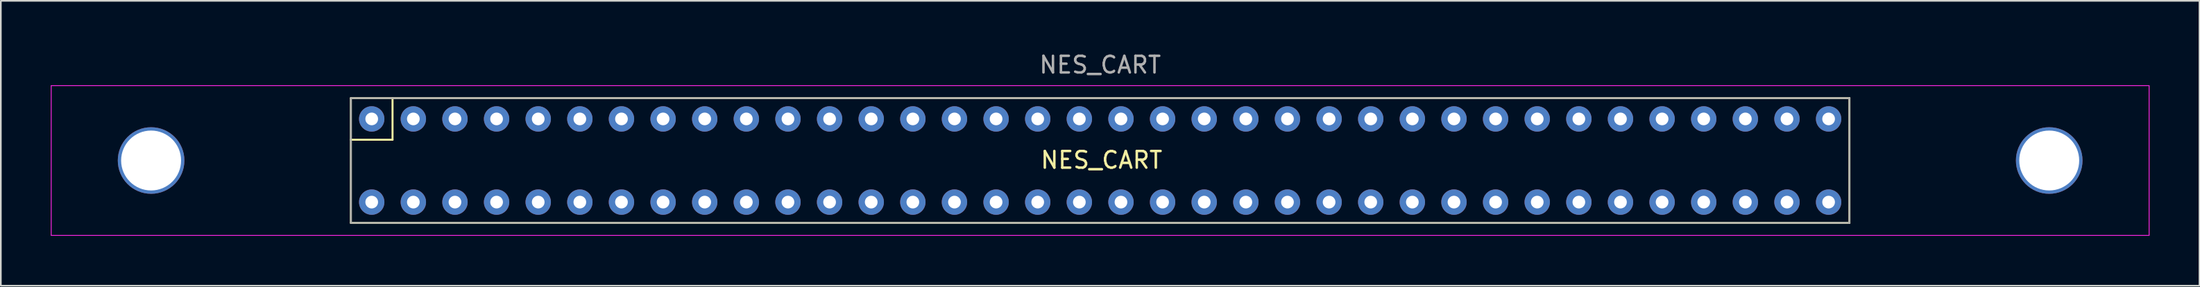
<source format=kicad_pcb>
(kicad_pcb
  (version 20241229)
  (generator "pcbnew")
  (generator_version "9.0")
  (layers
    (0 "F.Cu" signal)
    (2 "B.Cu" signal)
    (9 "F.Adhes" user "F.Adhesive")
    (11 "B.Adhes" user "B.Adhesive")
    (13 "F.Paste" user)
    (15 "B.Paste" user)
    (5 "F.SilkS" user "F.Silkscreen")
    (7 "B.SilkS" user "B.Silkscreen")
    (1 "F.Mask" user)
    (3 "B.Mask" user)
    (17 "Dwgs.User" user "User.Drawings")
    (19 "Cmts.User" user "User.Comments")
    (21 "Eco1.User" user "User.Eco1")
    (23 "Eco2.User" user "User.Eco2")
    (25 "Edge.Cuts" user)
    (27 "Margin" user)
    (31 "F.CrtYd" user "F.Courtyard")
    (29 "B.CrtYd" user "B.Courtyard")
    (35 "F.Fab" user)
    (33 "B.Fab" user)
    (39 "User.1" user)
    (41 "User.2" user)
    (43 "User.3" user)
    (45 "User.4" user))
  (footprint "NES_CART"
    (layer "F.Cu")
    (at 63.025 6.598)
    (property "Reference" "NES_CART" (at 0.081 -0.028 180) (layer "F.SilkS") (effects (font (size 1 1) (thickness 0.15))))
    (attr through_hole)
    (fp_line (start -45 -3.75) (end 45 -3.75) (stroke (width 0.12) (type solid)) (layer "F.SilkS"))
    (fp_line (start -45 3.75) (end -45 -3.75) (stroke (width 0.12) (type solid)) (layer "F.SilkS"))
    (fp_line (start -45 3.75) (end 45 3.75) (stroke (width 0.12) (type solid)) (layer "F.SilkS"))
    (fp_line (start -42.5 -1.25) (end -45 -1.25) (stroke (width 0.12) (type solid)) (layer "F.SilkS"))
    (fp_line (start -42.5 -1.25) (end -42.5 -3.75) (stroke (width 0.12) (type solid)) (layer "F.SilkS"))
    (fp_line (start 45 3.75) (end 45 -3.75) (stroke (width 0.12) (type solid)) (layer "F.SilkS"))
    (fp_line (start -63 -4.5) (end -63 4.5) (stroke (width 0.05) (type solid)) (layer "F.CrtYd"))
    (fp_line (start -63 4.5) (end 63 4.5) (stroke (width 0.05) (type solid)) (layer "F.CrtYd"))
    (fp_line (start 63 -4.5) (end -63 -4.5) (stroke (width 0.05) (type solid)) (layer "F.CrtYd"))
    (fp_line (start 63 4.5) (end 63 -4.5) (stroke (width 0.05) (type solid)) (layer "F.CrtYd"))
    (fp_line (start -45 -3.75) (end 45 -3.75) (stroke (width 0.1) (type solid)) (layer "F.Fab"))
    (fp_line (start -45 3.75) (end -45 -3.75) (stroke (width 0.1) (type solid)) (layer "F.Fab"))
    (fp_line (start -45 3.75) (end 45 3.75) (stroke (width 0.1) (type solid)) (layer "F.Fab"))
    (fp_line (start 45 3.75) (end 45 -3.75) (stroke (width 0.1) (type solid)) (layer "F.Fab"))
    (fp_text user "${REFERENCE}" (at 0 -5.75 180) (layer "F.Fab") (effects (font (size 1 1) (thickness 0.15))))
    (pad "" thru_hole circle (at -57 0) (size 4 4) (drill 3.6) (layers "*.Cu" "*.Mask"))
    (pad "" thru_hole circle (at 57 0) (size 4 4) (drill 3.6) (layers "*.Cu" "*.Mask"))
    (pad "1" thru_hole circle (at -43.75 -2.5) (size 1.524 1.524) (drill 0.762) (layers "*.Cu" "*.Mask"))
    (pad "2" thru_hole circle (at -41.25 -2.5) (size 1.524 1.524) (drill 0.762) (layers "*.Cu" "*.Mask"))
    (pad "3" thru_hole circle (at -38.75 -2.5) (size 1.524 1.524) (drill 0.762) (layers "*.Cu" "*.Mask"))
    (pad "4" thru_hole circle (at -36.25 -2.5) (size 1.524 1.524) (drill 0.762) (layers "*.Cu" "*.Mask"))
    (pad "5" thru_hole circle (at -33.75 -2.5) (size 1.524 1.524) (drill 0.762) (layers "*.Cu" "*.Mask"))
    (pad "6" thru_hole circle (at -31.25 -2.5) (size 1.524 1.524) (drill 0.762) (layers "*.Cu" "*.Mask"))
    (pad "7" thru_hole circle (at -28.75 -2.5) (size 1.524 1.524) (drill 0.762) (layers "*.Cu" "*.Mask"))
    (pad "8" thru_hole circle (at -26.25 -2.5) (size 1.524 1.524) (drill 0.762) (layers "*.Cu" "*.Mask"))
    (pad "9" thru_hole circle (at -23.75 -2.5) (size 1.524 1.524) (drill 0.762) (layers "*.Cu" "*.Mask"))
    (pad "10" thru_hole circle (at -21.25 -2.5) (size 1.524 1.524) (drill 0.762) (layers "*.Cu" "*.Mask"))
    (pad "11" thru_hole circle (at -18.75 -2.5) (size 1.524 1.524) (drill 0.762) (layers "*.Cu" "*.Mask"))
    (pad "12" thru_hole circle (at -16.25 -2.5) (size 1.524 1.524) (drill 0.762) (layers "*.Cu" "*.Mask"))
    (pad "13" thru_hole circle (at -13.75 -2.5) (size 1.524 1.524) (drill 0.762) (layers "*.Cu" "*.Mask"))
    (pad "14" thru_hole circle (at -11.25 -2.5) (size 1.524 1.524) (drill 0.762) (layers "*.Cu" "*.Mask"))
    (pad "15" thru_hole circle (at -8.75 -2.5) (size 1.524 1.524) (drill 0.762) (layers "*.Cu" "*.Mask"))
    (pad "16" thru_hole circle (at -6.25 -2.5) (size 1.524 1.524) (drill 0.762) (layers "*.Cu" "*.Mask"))
    (pad "17" thru_hole circle (at -3.75 -2.5) (size 1.524 1.524) (drill 0.762) (layers "*.Cu" "*.Mask"))
    (pad "18" thru_hole circle (at -1.25 -2.5) (size 1.524 1.524) (drill 0.762) (layers "*.Cu" "*.Mask"))
    (pad "19" thru_hole circle (at 1.25 -2.5) (size 1.524 1.524) (drill 0.762) (layers "*.Cu" "*.Mask"))
    (pad "20" thru_hole circle (at 3.75 -2.5) (size 1.524 1.524) (drill 0.762) (layers "*.Cu" "*.Mask"))
    (pad "21" thru_hole circle (at 6.25 -2.5) (size 1.524 1.524) (drill 0.762) (layers "*.Cu" "*.Mask"))
    (pad "22" thru_hole circle (at 8.75 -2.5) (size 1.524 1.524) (drill 0.762) (layers "*.Cu" "*.Mask"))
    (pad "23" thru_hole circle (at 11.25 -2.5) (size 1.524 1.524) (drill 0.762) (layers "*.Cu" "*.Mask"))
    (pad "24" thru_hole circle (at 13.75 -2.5) (size 1.524 1.524) (drill 0.762) (layers "*.Cu" "*.Mask"))
    (pad "25" thru_hole circle (at 16.25 -2.5) (size 1.524 1.524) (drill 0.762) (layers "*.Cu" "*.Mask"))
    (pad "26" thru_hole circle (at 18.75 -2.5) (size 1.524 1.524) (drill 0.762) (layers "*.Cu" "*.Mask"))
    (pad "27" thru_hole circle (at 21.25 -2.5) (size 1.524 1.524) (drill 0.762) (layers "*.Cu" "*.Mask"))
    (pad "28" thru_hole circle (at 23.75 -2.5) (size 1.524 1.524) (drill 0.762) (layers "*.Cu" "*.Mask"))
    (pad "29" thru_hole circle (at 26.25 -2.5) (size 1.524 1.524) (drill 0.762) (layers "*.Cu" "*.Mask"))
    (pad "30" thru_hole circle (at 28.75 -2.5) (size 1.524 1.524) (drill 0.762) (layers "*.Cu" "*.Mask"))
    (pad "31" thru_hole circle (at 31.25 -2.5) (size 1.524 1.524) (drill 0.762) (layers "*.Cu" "*.Mask"))
    (pad "32" thru_hole circle (at 33.75 -2.5) (size 1.524 1.524) (drill 0.762) (layers "*.Cu" "*.Mask"))
    (pad "33" thru_hole circle (at 36.25 -2.5) (size 1.524 1.524) (drill 0.762) (layers "*.Cu" "*.Mask"))
    (pad "34" thru_hole circle (at 38.75 -2.5) (size 1.524 1.524) (drill 0.762) (layers "*.Cu" "*.Mask"))
    (pad "35" thru_hole circle (at 41.25 -2.5) (size 1.524 1.524) (drill 0.762) (layers "*.Cu" "*.Mask"))
    (pad "36" thru_hole circle (at 43.75 -2.5) (size 1.524 1.524) (drill 0.762) (layers "*.Cu" "*.Mask"))
    (pad "37" thru_hole circle (at -43.75 2.5) (size 1.524 1.524) (drill 0.762) (layers "*.Cu" "*.Mask"))
    (pad "38" thru_hole circle (at -41.25 2.5) (size 1.524 1.524) (drill 0.762) (layers "*.Cu" "*.Mask"))
    (pad "39" thru_hole circle (at -38.75 2.5) (size 1.524 1.524) (drill 0.762) (layers "*.Cu" "*.Mask"))
    (pad "40" thru_hole circle (at -36.25 2.5) (size 1.524 1.524) (drill 0.762) (layers "*.Cu" "*.Mask"))
    (pad "41" thru_hole circle (at -33.75 2.5) (size 1.524 1.524) (drill 0.762) (layers "*.Cu" "*.Mask"))
    (pad "42" thru_hole circle (at -31.25 2.5) (size 1.524 1.524) (drill 0.762) (layers "*.Cu" "*.Mask"))
    (pad "43" thru_hole circle (at -28.75 2.5) (size 1.524 1.524) (drill 0.762) (layers "*.Cu" "*.Mask"))
    (pad "44" thru_hole circle (at -26.25 2.5) (size 1.524 1.524) (drill 0.762) (layers "*.Cu" "*.Mask"))
    (pad "45" thru_hole circle (at -23.75 2.5) (size 1.524 1.524) (drill 0.762) (layers "*.Cu" "*.Mask"))
    (pad "46" thru_hole circle (at -21.25 2.5) (size 1.524 1.524) (drill 0.762) (layers "*.Cu" "*.Mask"))
    (pad "47" thru_hole circle (at -18.75 2.5) (size 1.524 1.524) (drill 0.762) (layers "*.Cu" "*.Mask"))
    (pad "48" thru_hole circle (at -16.25 2.5) (size 1.524 1.524) (drill 0.762) (layers "*.Cu" "*.Mask"))
    (pad "49" thru_hole circle (at -13.75 2.5) (size 1.524 1.524) (drill 0.762) (layers "*.Cu" "*.Mask"))
    (pad "50" thru_hole circle (at -11.25 2.5) (size 1.524 1.524) (drill 0.762) (layers "*.Cu" "*.Mask"))
    (pad "51" thru_hole circle (at -8.75 2.5) (size 1.524 1.524) (drill 0.762) (layers "*.Cu" "*.Mask"))
    (pad "52" thru_hole circle (at -6.25 2.5) (size 1.524 1.524) (drill 0.762) (layers "*.Cu" "*.Mask"))
    (pad "53" thru_hole circle (at -3.75 2.5) (size 1.524 1.524) (drill 0.762) (layers "*.Cu" "*.Mask"))
    (pad "54" thru_hole circle (at -1.25 2.5) (size 1.524 1.524) (drill 0.762) (layers "*.Cu" "*.Mask"))
    (pad "55" thru_hole circle (at 1.25 2.5) (size 1.524 1.524) (drill 0.762) (layers "*.Cu" "*.Mask"))
    (pad "56" thru_hole circle (at 3.75 2.5) (size 1.524 1.524) (drill 0.762) (layers "*.Cu" "*.Mask"))
    (pad "57" thru_hole circle (at 6.25 2.5) (size 1.524 1.524) (drill 0.762) (layers "*.Cu" "*.Mask"))
    (pad "58" thru_hole circle (at 8.75 2.5) (size 1.524 1.524) (drill 0.762) (layers "*.Cu" "*.Mask"))
    (pad "59" thru_hole circle (at 11.25 2.5) (size 1.524 1.524) (drill 0.762) (layers "*.Cu" "*.Mask"))
    (pad "60" thru_hole circle (at 13.75 2.5) (size 1.524 1.524) (drill 0.762) (layers "*.Cu" "*.Mask"))
    (pad "61" thru_hole circle (at 16.25 2.5) (size 1.524 1.524) (drill 0.762) (layers "*.Cu" "*.Mask"))
    (pad "62" thru_hole circle (at 18.75 2.5) (size 1.524 1.524) (drill 0.762) (layers "*.Cu" "*.Mask"))
    (pad "63" thru_hole circle (at 21.25 2.5) (size 1.524 1.524) (drill 0.762) (layers "*.Cu" "*.Mask"))
    (pad "64" thru_hole circle (at 23.75 2.5) (size 1.524 1.524) (drill 0.762) (layers "*.Cu" "*.Mask"))
    (pad "65" thru_hole circle (at 26.25 2.5) (size 1.524 1.524) (drill 0.762) (layers "*.Cu" "*.Mask"))
    (pad "66" thru_hole circle (at 28.75 2.5) (size 1.524 1.524) (drill 0.762) (layers "*.Cu" "*.Mask"))
    (pad "67" thru_hole circle (at 31.25 2.5) (size 1.524 1.524) (drill 0.762) (layers "*.Cu" "*.Mask"))
    (pad "68" thru_hole circle (at 33.75 2.5) (size 1.524 1.524) (drill 0.762) (layers "*.Cu" "*.Mask"))
    (pad "69" thru_hole circle (at 36.25 2.5) (size 1.524 1.524) (drill 0.762) (layers "*.Cu" "*.Mask"))
    (pad "70" thru_hole circle (at 38.75 2.5) (size 1.524 1.524) (drill 0.762) (layers "*.Cu" "*.Mask"))
    (pad "71" thru_hole circle (at 41.25 2.5) (size 1.524 1.524) (drill 0.762) (layers "*.Cu" "*.Mask"))
    (pad "72" thru_hole circle (at 43.75 2.5) (size 1.524 1.524) (drill 0.762) (layers "*.Cu" "*.Mask")))
  (gr_rect
    (start -3 -3)
    (end 129.05 14.123)
    (stroke (width 0.1) (type default))
    (fill no)
    (layer "Edge.Cuts")))
</source>
